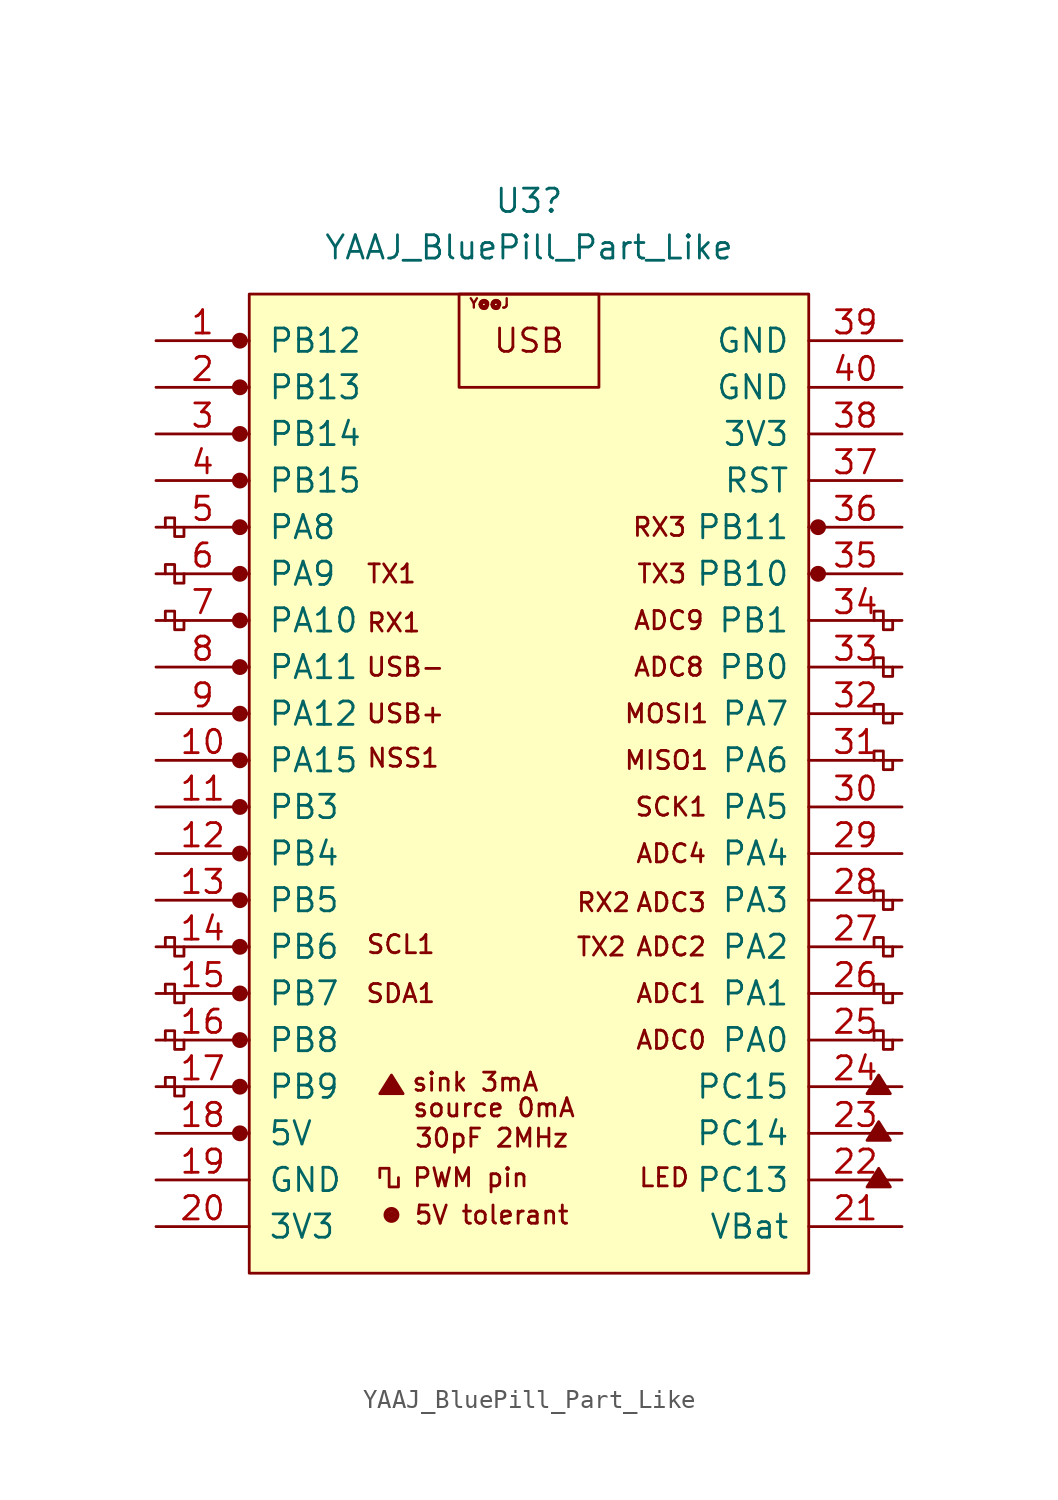
<source format=kicad_sym>
(kicad_symbol_lib
  (version 20241209)
  (generator "kicad_symbol_editor")
  (generator_version "9.0")
  (symbol "YAAJ_BluePill_Part_Like"
    (pin_names
      (offset 1.016))
    (property "Reference" "U3"
      (at 0 30.48 0)
      (effects (font (size 1.27 1.27))))
    (property "Value" "YAAJ_BluePill_Part_Like"
      (at 0 27.94 0)
      (effects (font (size 1.27 1.27))))
    (symbol "YAAJ_BluePill_Part_Like_0_0"
      (circle (center -15.748 22.86) (radius 0.356) (stroke (width 0) (type solid)) (fill (type outline)))
      (circle (center -15.748 17.78) (radius 0.356) (stroke (width 0) (type solid)) (fill (type outline)))
      (circle (center -15.748 15.24) (radius 0.356) (stroke (width 0) (type solid)) (fill (type outline)))
      (circle (center -15.748 12.7) (radius 0.356) (stroke (width 0) (type solid)) (fill (type outline)))
      (circle (center -15.748 10.16) (radius 0.356) (stroke (width 0) (type solid)) (fill (type outline)))
      (circle (center -15.748 7.62) (radius 0.356) (stroke (width 0) (type solid)) (fill (type outline)))
      (circle (center -15.748 5.08) (radius 0.356) (stroke (width 0) (type solid)) (fill (type outline)))
      (circle (center -15.748 2.54) (radius 0.356) (stroke (width 0) (type solid)) (fill (type outline)))
      (circle (center -15.748 0) (radius 0.356) (stroke (width 0) (type solid)) (fill (type outline)))
      (circle (center -15.748 -2.54) (radius 0.356) (stroke (width 0) (type solid)) (fill (type outline)))
      (circle (center -15.748 -5.08) (radius 0.356) (stroke (width 0) (type solid)) (fill (type outline)))
      (circle (center -15.748 -7.62) (radius 0.356) (stroke (width 0) (type solid)) (fill (type outline)))
      (circle (center -15.748 -10.16) (radius 0.356) (stroke (width 0) (type solid)) (fill (type outline)))
      (circle (center -15.748 -12.7) (radius 0.356) (stroke (width 0) (type solid)) (fill (type outline)))
      (circle (center -15.748 -15.24) (radius 0.356) (stroke (width 0) (type solid)) (fill (type outline)))
      (circle (center -15.748 -17.78) (radius 0.356) (stroke (width 0) (type solid)) (fill (type outline)))
      (circle (center -15.748 -20.32) (radius 0.356) (stroke (width 0) (type solid)) (fill (type outline)))
      (polyline (pts (xy -8.128 -18.161) (xy -7.493 -17.145) (xy -6.858 -18.161) (xy -8.128 -18.161) (xy -7.493 -17.272) (xy -6.985 -18.161) (xy -8.001 -18.034) (xy -7.493 -17.399) (xy -7.112 -18.161) (xy -7.874 -17.907) (xy -7.366 -17.526) (xy -7.239 -18.161) (xy -7.747 -17.78) (xy -7.239 -17.653) (xy -7.366 -18.034) (xy -7.62 -17.78) (xy -7.366 -17.907) (xy -7.493 -17.653)) (stroke (width 0) (type solid)) (fill (type none)))
      (circle (center -7.493 -24.765) (radius 0.127) (stroke (width 0) (type solid)) (fill (type outline)))
      (circle (center -7.493 -24.765) (radius 0.254) (stroke (width 0) (type solid)) (fill (type none)))
      (circle (center -7.493 -24.765) (radius 0.356) (stroke (width 0) (type solid)) (fill (type none)))
      (circle (center 15.748 12.7) (radius 0.254) (stroke (width 0) (type solid)) (fill (type outline)))
      (circle (center 15.748 12.7) (radius 0.356) (stroke (width 0) (type solid)) (fill (type none)))
      (circle (center 15.748 10.16) (radius 0.254) (stroke (width 0) (type solid)) (fill (type outline)))
      (circle (center 15.748 10.16) (radius 0.356) (stroke (width 0) (type solid)) (fill (type none)))
      (polyline (pts (xy 18.415 -18.161) (xy 19.05 -17.145) (xy 19.685 -18.161) (xy 18.415 -18.161) (xy 19.05 -17.272) (xy 19.558 -18.161) (xy 18.542 -18.034) (xy 19.05 -17.399) (xy 19.431 -18.161) (xy 18.669 -17.907) (xy 19.177 -17.526) (xy 19.304 -18.161) (xy 18.796 -17.78) (xy 19.304 -17.653) (xy 19.177 -18.034) (xy 18.923 -17.78) (xy 19.177 -17.907) (xy 19.05 -17.653)) (stroke (width 0) (type solid)) (fill (type none)))
      (polyline (pts (xy 18.415 -20.701) (xy 19.05 -19.685) (xy 19.685 -20.701) (xy 18.415 -20.701) (xy 19.05 -19.812) (xy 19.558 -20.701) (xy 18.542 -20.574) (xy 19.05 -19.939) (xy 19.431 -20.701) (xy 18.669 -20.447) (xy 19.177 -20.066) (xy 19.304 -20.701) (xy 18.796 -20.32) (xy 19.304 -20.193) (xy 19.177 -20.574) (xy 18.923 -20.32) (xy 19.177 -20.447) (xy 19.05 -20.193)) (stroke (width 0) (type solid)) (fill (type none)))
      (polyline (pts (xy 18.415 -23.241) (xy 19.05 -22.225) (xy 19.685 -23.241) (xy 18.415 -23.241) (xy 19.05 -22.352) (xy 19.558 -23.241) (xy 18.542 -23.114) (xy 19.05 -22.479) (xy 19.431 -23.241) (xy 18.669 -22.987) (xy 19.177 -22.606) (xy 19.304 -23.241) (xy 18.796 -22.86) (xy 19.304 -22.733) (xy 19.177 -23.114) (xy 18.923 -22.86) (xy 19.177 -22.987) (xy 19.05 -22.733)) (stroke (width 0) (type solid)) (fill (type none)))
      (text "TX1" (at -7.493 10.16 0) (effects (font (size 0.991 0.991))))
      (text "RX1" (at -7.366 7.493 0) (effects (font (size 0.991 0.991))))
      (text "SCL1" (at -6.985 -10.033 0) (effects (font (size 0.991 0.991))))
      (text "SDA1" (at -6.985 -12.7 0) (effects (font (size 0.991 0.991))))
      (text "NSS1" (at -6.858 0.127 0) (effects (font (size 0.991 0.991))))
      (text "USB-" (at -6.731 5.08 0) (effects (font (size 0.991 0.991))))
      (text "USB+" (at -6.731 2.54 0) (effects (font (size 0.991 0.991))))
      (text "PWM pin" (at -3.175 -22.733 0) (effects (font (size 0.991 0.991))))
      (text "sink 3mA" (at -2.921 -17.526 0) (effects (font (size 0.991 0.991))))
      (text "Y@@J" (at -2.159 24.892 0) (effects (font (size 0.508 0.508))))
      (text "30pF 2MHz" (at -2.032 -20.574 0) (effects (font (size 0.991 0.991))))
      (text "5V tolerant" (at -2.032 -24.765 0) (effects (font (size 0.991 0.991))))
      (text "source 0mA" (at -1.905 -18.923 0) (effects (font (size 0.991 0.991))))
      (text "USB" (at 0 22.86 0) (effects (font (size 1.27 1.27))))
      (text "TX2" (at 3.937 -10.16 0) (effects (font (size 0.991 0.991))))
      (text "RX2" (at 4.064 -7.747 0) (effects (font (size 0.991 0.991))))
      (text "RX3" (at 7.112 12.7 0) (effects (font (size 0.991 0.991))))
      (text "TX3" (at 7.239 10.16 0) (effects (font (size 0.991 0.991))))
      (text "LED" (at 7.366 -22.733 0) (effects (font (size 0.991 0.991))))
      (text "MOSI1" (at 7.493 2.54 0) (effects (font (size 0.991 0.991))))
      (text "MISO1" (at 7.493 0 0) (effects (font (size 0.991 0.991))))
      (text "ADC9" (at 7.62 7.62 0) (effects (font (size 0.991 0.991))))
      (text "ADC8" (at 7.62 5.08 0) (effects (font (size 0.991 0.991))))
      (text "SCK1" (at 7.747 -2.54 0) (effects (font (size 0.991 0.991))))
      (text "ADC4" (at 7.747 -5.08 0) (effects (font (size 0.991 0.991))))
      (text "ADC3" (at 7.747 -7.747 0) (effects (font (size 0.991 0.991))))
      (text "ADC2" (at 7.747 -10.16 0) (effects (font (size 0.991 0.991))))
      (text "ADC1" (at 7.747 -12.7 0) (effects (font (size 0.991 0.991))))
      (text "ADC0" (at 7.747 -15.24 0) (effects (font (size 0.991 0.991)))))
    (symbol "YAAJ_BluePill_Part_Like_0_1"
      (polyline (pts (xy -18.796 12.7) (xy -18.796 12.192) (xy -19.304 12.192) (xy -19.304 13.208) (xy -19.812 13.208) (xy -19.812 12.7)) (stroke (width 0) (type solid)) (fill (type none)))
      (polyline (pts (xy -18.796 10.16) (xy -18.796 9.652) (xy -19.304 9.652) (xy -19.304 10.668) (xy -19.812 10.668) (xy -19.812 10.16)) (stroke (width 0) (type solid)) (fill (type none)))
      (polyline (pts (xy -18.796 7.62) (xy -18.796 7.112) (xy -19.304 7.112) (xy -19.304 8.128) (xy -19.812 8.128) (xy -19.812 7.62)) (stroke (width 0) (type solid)) (fill (type none)))
      (polyline (pts (xy -18.796 -10.16) (xy -18.796 -10.668) (xy -19.304 -10.668) (xy -19.304 -9.652) (xy -19.812 -9.652) (xy -19.812 -10.16)) (stroke (width 0) (type solid)) (fill (type none)))
      (polyline (pts (xy -18.796 -12.7) (xy -18.796 -13.208) (xy -19.304 -13.208) (xy -19.304 -12.192) (xy -19.812 -12.192) (xy -19.812 -12.7)) (stroke (width 0) (type solid)) (fill (type none)))
      (polyline (pts (xy -18.796 -15.24) (xy -18.796 -15.748) (xy -19.304 -15.748) (xy -19.304 -14.732) (xy -19.812 -14.732) (xy -19.812 -15.24)) (stroke (width 0) (type solid)) (fill (type none)))
      (polyline (pts (xy -18.796 -17.78) (xy -18.796 -18.288) (xy -19.304 -18.288) (xy -19.304 -17.272) (xy -19.812 -17.272) (xy -19.812 -17.78)) (stroke (width 0) (type solid)) (fill (type none)))
      (rectangle (start -15.24 25.4) (end 15.24 -27.94) (stroke (width 0) (type solid)) (fill (type background)))
      (polyline (pts (xy -7.112 -22.733) (xy -7.112 -23.241) (xy -7.62 -23.241) (xy -7.62 -22.225) (xy -8.128 -22.225) (xy -8.128 -22.733)) (stroke (width 0) (type solid)) (fill (type none)))
      (rectangle (start 3.81 25.4) (end -3.81 20.32) (stroke (width 0) (type solid)) (fill (type none)))
      (polyline (pts (xy 19.812 7.62) (xy 19.812 7.112) (xy 19.304 7.112) (xy 19.304 8.128) (xy 18.796 8.128) (xy 18.796 7.62)) (stroke (width 0) (type solid)) (fill (type none)))
      (polyline (pts (xy 19.812 5.08) (xy 19.812 4.572) (xy 19.304 4.572) (xy 19.304 5.588) (xy 18.796 5.588) (xy 18.796 5.08)) (stroke (width 0) (type solid)) (fill (type none)))
      (polyline (pts (xy 19.812 2.54) (xy 19.812 2.032) (xy 19.304 2.032) (xy 19.304 3.048) (xy 18.796 3.048) (xy 18.796 2.54)) (stroke (width 0) (type solid)) (fill (type none)))
      (polyline (pts (xy 19.812 0) (xy 19.812 -0.508) (xy 19.304 -0.508) (xy 19.304 0.508) (xy 18.796 0.508) (xy 18.796 0)) (stroke (width 0) (type solid)) (fill (type none)))
      (polyline (pts (xy 19.812 -7.62) (xy 19.812 -8.128) (xy 19.304 -8.128) (xy 19.304 -7.112) (xy 18.796 -7.112) (xy 18.796 -7.62)) (stroke (width 0) (type solid)) (fill (type none)))
      (polyline (pts (xy 19.812 -10.16) (xy 19.812 -10.668) (xy 19.304 -10.668) (xy 19.304 -9.652) (xy 18.796 -9.652) (xy 18.796 -10.16)) (stroke (width 0) (type solid)) (fill (type none)))
      (polyline (pts (xy 19.812 -12.7) (xy 19.812 -13.208) (xy 19.304 -13.208) (xy 19.304 -12.192) (xy 18.796 -12.192) (xy 18.796 -12.7)) (stroke (width 0) (type solid)) (fill (type none)))
      (polyline (pts (xy 19.812 -15.24) (xy 19.812 -15.748) (xy 19.304 -15.748) (xy 19.304 -14.732) (xy 18.796 -14.732) (xy 18.796 -15.24)) (stroke (width 0) (type solid)) (fill (type none))))
    (symbol "YAAJ_BluePill_Part_Like_1_1"
      (circle (center -15.748 20.32) (radius 0.356) (stroke (width 0) (type solid)) (fill (type outline)))
      (pin bidirectional line (at -20.32 22.86 0) (length 5.08) (name "PB12" (effects (font (size 1.27 1.27)))) (number "1" (effects (font (size 1.27 1.27)))))
      (pin bidirectional line (at -20.32 20.32 0) (length 5.08) (name "PB13" (effects (font (size 1.27 1.27)))) (number "2" (effects (font (size 1.27 1.27)))))
      (pin bidirectional line (at -20.32 17.78 0) (length 5.08) (name "PB14" (effects (font (size 1.27 1.27)))) (number "3" (effects (font (size 1.27 1.27)))))
      (pin bidirectional line (at -20.32 15.24 0) (length 5.08) (name "PB15" (effects (font (size 1.27 1.27)))) (number "4" (effects (font (size 1.27 1.27)))))
      (pin bidirectional line (at -20.32 12.7 0) (length 5.08) (name "PA8" (effects (font (size 1.27 1.27)))) (number "5" (effects (font (size 1.27 1.27)))))
      (pin bidirectional line (at -20.32 10.16 0) (length 5.08) (name "PA9" (effects (font (size 1.27 1.27)))) (number "6" (effects (font (size 1.27 1.27)))))
      (pin bidirectional line (at -20.32 7.62 0) (length 5.08) (name "PA10" (effects (font (size 1.27 1.27)))) (number "7" (effects (font (size 1.27 1.27)))))
      (pin bidirectional line (at -20.32 5.08 0) (length 5.08) (name "PA11" (effects (font (size 1.27 1.27)))) (number "8" (effects (font (size 1.27 1.27)))))
      (pin bidirectional line (at -20.32 2.54 0) (length 5.08) (name "PA12" (effects (font (size 1.27 1.27)))) (number "9" (effects (font (size 1.27 1.27)))))
      (pin bidirectional line (at -20.32 0 0) (length 5.08) (name "PA15" (effects (font (size 1.27 1.27)))) (number "10" (effects (font (size 1.27 1.27)))))
      (pin bidirectional line (at -20.32 -2.54 0) (length 5.08) (name "PB3" (effects (font (size 1.27 1.27)))) (number "11" (effects (font (size 1.27 1.27)))))
      (pin bidirectional line (at -20.32 -5.08 0) (length 5.08) (name "PB4" (effects (font (size 1.27 1.27)))) (number "12" (effects (font (size 1.27 1.27)))))
      (pin bidirectional line (at -20.32 -7.62 0) (length 5.08) (name "PB5" (effects (font (size 1.27 1.27)))) (number "13" (effects (font (size 1.27 1.27)))))
      (pin bidirectional line (at -20.32 -10.16 0) (length 5.08) (name "PB6" (effects (font (size 1.27 1.27)))) (number "14" (effects (font (size 1.27 1.27)))))
      (pin bidirectional line (at -20.32 -12.7 0) (length 5.08) (name "PB7" (effects (font (size 1.27 1.27)))) (number "15" (effects (font (size 1.27 1.27)))))
      (pin bidirectional line (at -20.32 -15.24 0) (length 5.08) (name "PB8" (effects (font (size 1.27 1.27)))) (number "16" (effects (font (size 1.27 1.27)))))
      (pin bidirectional line (at -20.32 -17.78 0) (length 5.08) (name "PB9" (effects (font (size 1.27 1.27)))) (number "17" (effects (font (size 1.27 1.27)))))
      (pin power_in line (at -20.32 -20.32 0) (length 5.08) (name "5V" (effects (font (size 1.27 1.27)))) (number "18" (effects (font (size 1.27 1.27)))))
      (pin power_in line (at -20.32 -22.86 0) (length 5.08) (name "GND" (effects (font (size 1.27 1.27)))) (number "19" (effects (font (size 1.27 1.27)))))
      (pin power_in line (at -20.32 -25.4 0) (length 5.08) (name "3V3" (effects (font (size 1.27 1.27)))) (number "20" (effects (font (size 1.27 1.27)))))
      (pin power_in line (at 20.32 22.86 180) (length 5.08) (name "GND" (effects (font (size 1.27 1.27)))) (number "39" (effects (font (size 1.27 1.27)))))
      (pin power_in line (at 20.32 20.32 180) (length 5.08) (name "GND" (effects (font (size 1.27 1.27)))) (number "40" (effects (font (size 1.27 1.27)))))
      (pin power_in line (at 20.32 17.78 180) (length 5.08) (name "3V3" (effects (font (size 1.27 1.27)))) (number "38" (effects (font (size 1.27 1.27)))))
      (pin input line (at 20.32 15.24 180) (length 5.08) (name "RST" (effects (font (size 1.27 1.27)))) (number "37" (effects (font (size 1.27 1.27)))))
      (pin bidirectional line (at 20.32 12.7 180) (length 5.08) (name "PB11" (effects (font (size 1.27 1.27)))) (number "36" (effects (font (size 1.27 1.27)))))
      (pin bidirectional line (at 20.32 10.16 180) (length 5.08) (name "PB10" (effects (font (size 1.27 1.27)))) (number "35" (effects (font (size 1.27 1.27)))))
      (pin bidirectional line (at 20.32 7.62 180) (length 5.08) (name "PB1" (effects (font (size 1.27 1.27)))) (number "34" (effects (font (size 1.27 1.27)))))
      (pin bidirectional line (at 20.32 5.08 180) (length 5.08) (name "PB0" (effects (font (size 1.27 1.27)))) (number "33" (effects (font (size 1.27 1.27)))))
      (pin bidirectional line (at 20.32 2.54 180) (length 5.08) (name "PA7" (effects (font (size 1.27 1.27)))) (number "32" (effects (font (size 1.27 1.27)))))
      (pin bidirectional line (at 20.32 0 180) (length 5.08) (name "PA6" (effects (font (size 1.27 1.27)))) (number "31" (effects (font (size 1.27 1.27)))))
      (pin bidirectional line (at 20.32 -2.54 180) (length 5.08) (name "PA5" (effects (font (size 1.27 1.27)))) (number "30" (effects (font (size 1.27 1.27)))))
      (pin bidirectional line (at 20.32 -5.08 180) (length 5.08) (name "PA4" (effects (font (size 1.27 1.27)))) (number "29" (effects (font (size 1.27 1.27)))))
      (pin bidirectional line (at 20.32 -7.62 180) (length 5.08) (name "PA3" (effects (font (size 1.27 1.27)))) (number "28" (effects (font (size 1.27 1.27)))))
      (pin bidirectional line (at 20.32 -10.16 180) (length 5.08) (name "PA2" (effects (font (size 1.27 1.27)))) (number "27" (effects (font (size 1.27 1.27)))))
      (pin bidirectional line (at 20.32 -12.7 180) (length 5.08) (name "PA1" (effects (font (size 1.27 1.27)))) (number "26" (effects (font (size 1.27 1.27)))))
      (pin bidirectional line (at 20.32 -15.24 180) (length 5.08) (name "PA0" (effects (font (size 1.27 1.27)))) (number "25" (effects (font (size 1.27 1.27)))))
      (pin bidirectional line (at 20.32 -17.78 180) (length 5.08) (name "PC15" (effects (font (size 1.27 1.27)))) (number "24" (effects (font (size 1.27 1.27)))))
      (pin bidirectional line (at 20.32 -20.32 180) (length 5.08) (name "PC14" (effects (font (size 1.27 1.27)))) (number "23" (effects (font (size 1.27 1.27)))))
      (pin bidirectional line (at 20.32 -22.86 180) (length 5.08) (name "PC13" (effects (font (size 1.27 1.27)))) (number "22" (effects (font (size 1.27 1.27)))))
      (pin power_in line (at 20.32 -25.4 180) (length 5.08) (name "VBat" (effects (font (size 1.27 1.27)))) (number "21" (effects (font (size 1.27 1.27))))))))
</source>
